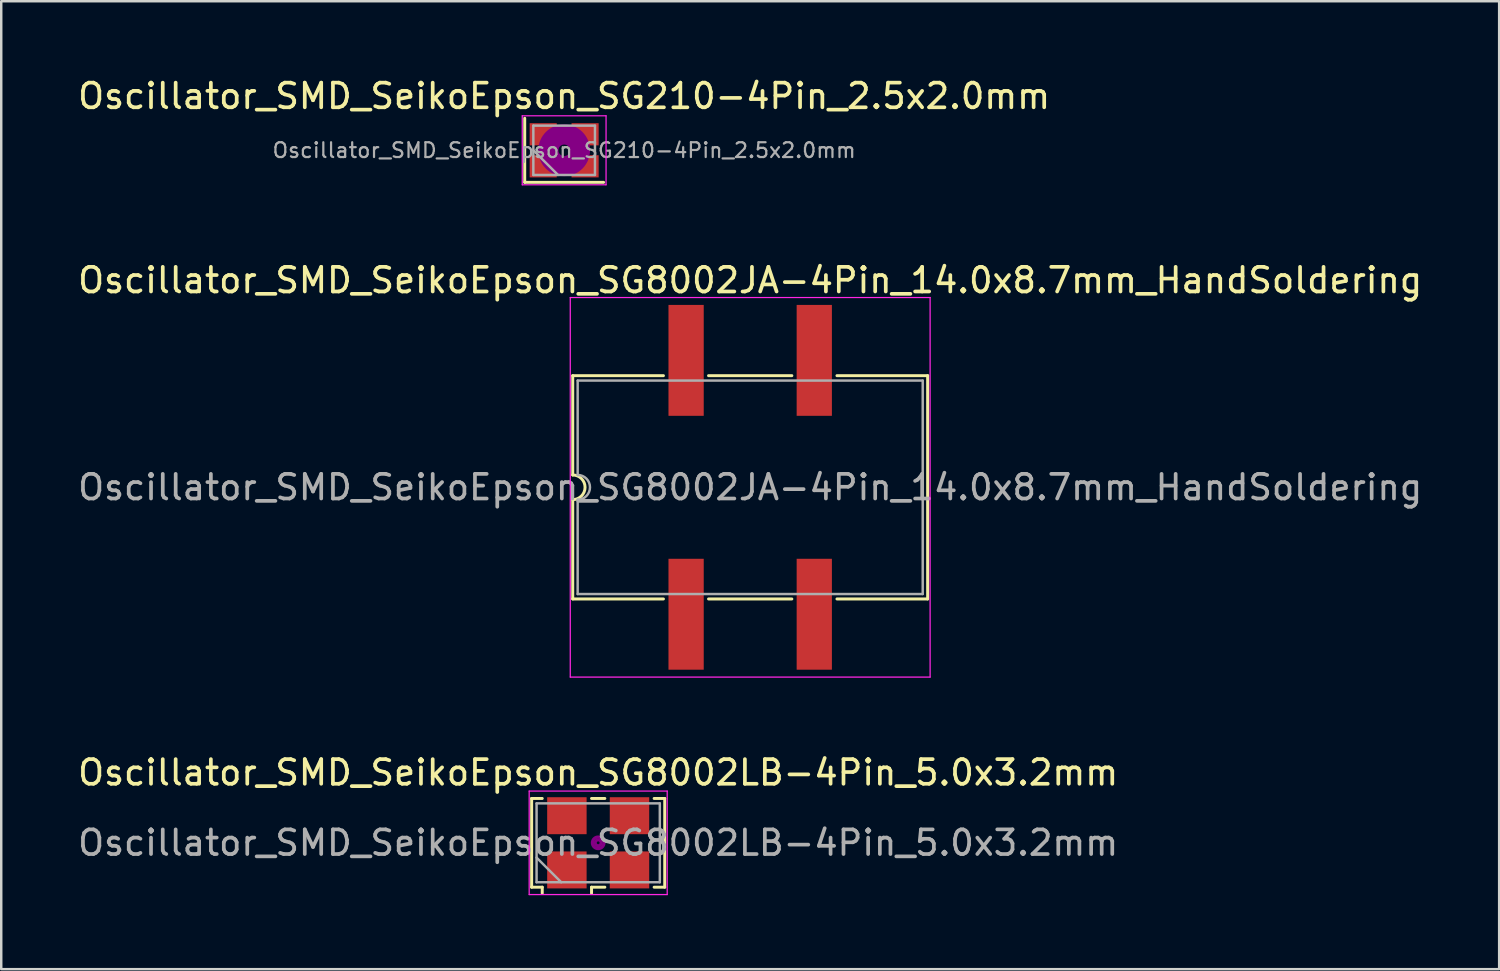
<source format=kicad_pcb>
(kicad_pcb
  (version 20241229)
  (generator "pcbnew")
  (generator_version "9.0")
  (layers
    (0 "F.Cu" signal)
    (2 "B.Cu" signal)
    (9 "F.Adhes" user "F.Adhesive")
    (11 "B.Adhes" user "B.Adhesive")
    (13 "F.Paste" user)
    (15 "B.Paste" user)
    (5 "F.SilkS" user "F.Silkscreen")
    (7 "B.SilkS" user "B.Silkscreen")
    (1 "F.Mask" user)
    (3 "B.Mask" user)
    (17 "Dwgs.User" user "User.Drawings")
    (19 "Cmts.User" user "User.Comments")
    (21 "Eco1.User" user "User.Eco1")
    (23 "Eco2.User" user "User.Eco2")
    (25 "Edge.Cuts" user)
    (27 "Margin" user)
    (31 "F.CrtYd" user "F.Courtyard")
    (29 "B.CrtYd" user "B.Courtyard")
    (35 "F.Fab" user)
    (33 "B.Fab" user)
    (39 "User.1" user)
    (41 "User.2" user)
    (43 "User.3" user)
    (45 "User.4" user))
  (footprint "Oscillator_SMD_SeikoEpson_SG8002LB-4Pin_5.0x3.2mm"
    (layer "F.Cu")
    (at 21.22 31.145)
    (property "Reference" "Oscillator_SMD_SeikoEpson_SG8002LB-4Pin_5.0x3.2mm" (at 0 -2.85 0) (layer "F.SilkS") (effects (font (size 1 1) (thickness 0.15))))
    (attr smd)
    (fp_line (start -2.7 -1.8) (end -2.27 -1.8) (stroke (width 0.12) (type solid)) (layer "F.SilkS"))
    (fp_line (start -2.7 1.8) (end -2.7 -1.8) (stroke (width 0.12) (type solid)) (layer "F.SilkS"))
    (fp_line (start -2.27 1.8) (end -2.7 1.8) (stroke (width 0.12) (type solid)) (layer "F.SilkS"))
    (fp_line (start -2.27 2.05) (end -2.27 1.8) (stroke (width 0.12) (type solid)) (layer "F.SilkS"))
    (fp_line (start -0.27 -1.8) (end 0.27 -1.8) (stroke (width 0.12) (type solid)) (layer "F.SilkS"))
    (fp_line (start -0.27 1.8) (end -0.27 2.05) (stroke (width 0.12) (type solid)) (layer "F.SilkS"))
    (fp_line (start 0.27 1.8) (end -0.27 1.8) (stroke (width 0.12) (type solid)) (layer "F.SilkS"))
    (fp_line (start 2.27 -1.8) (end 2.7 -1.8) (stroke (width 0.12) (type solid)) (layer "F.SilkS"))
    (fp_line (start 2.7 -1.8) (end 2.7 1.8) (stroke (width 0.12) (type solid)) (layer "F.SilkS"))
    (fp_line (start 2.7 1.8) (end 2.27 1.8) (stroke (width 0.12) (type solid)) (layer "F.SilkS"))
    (fp_circle (center 0 0) (end 0.058 0) (stroke (width 0.117) (type solid)) (fill no) (layer "F.Adhes"))
    (fp_circle (center 0 0) (end 0.133 0) (stroke (width 0.083) (type solid)) (fill no) (layer "F.Adhes"))
    (fp_circle (center 0 0) (end 0.208 0) (stroke (width 0.083) (type solid)) (fill no) (layer "F.Adhes"))
    (fp_circle (center 0 0) (end 0.25 0) (stroke (width 0.1) (type solid)) (fill no) (layer "F.Adhes"))
    (fp_line (start -2.8 -2.1) (end -2.8 2.1) (stroke (width 0.05) (type solid)) (layer "F.CrtYd"))
    (fp_line (start -2.8 2.1) (end 2.8 2.1) (stroke (width 0.05) (type solid)) (layer "F.CrtYd"))
    (fp_line (start 2.8 -2.1) (end -2.8 -2.1) (stroke (width 0.05) (type solid)) (layer "F.CrtYd"))
    (fp_line (start 2.8 2.1) (end 2.8 -2.1) (stroke (width 0.05) (type solid)) (layer "F.CrtYd"))
    (fp_line (start -2.5 -1.6) (end -2.5 1.6) (stroke (width 0.1) (type solid)) (layer "F.Fab"))
    (fp_line (start -2.5 0.6) (end -1.5 1.6) (stroke (width 0.1) (type solid)) (layer "F.Fab"))
    (fp_line (start -2.5 1.6) (end 2.5 1.6) (stroke (width 0.1) (type solid)) (layer "F.Fab"))
    (fp_line (start 2.5 -1.6) (end -2.5 -1.6) (stroke (width 0.1) (type solid)) (layer "F.Fab"))
    (fp_line (start 2.5 1.6) (end 2.5 -1.6) (stroke (width 0.1) (type solid)) (layer "F.Fab"))
    (fp_text user "${REFERENCE}" (at 0 0 0) (layer "F.Fab") (effects (font (size 1 1) (thickness 0.15))))
    (pad "1" smd rect (at -1.27 1.1) (size 1.6 1.5) (layers "F.Cu" "F.Mask" "F.Paste"))
    (pad "2" smd rect (at 1.27 1.1) (size 1.6 1.5) (layers "F.Cu" "F.Mask" "F.Paste"))
    (pad "3" smd rect (at 1.27 -1.1) (size 1.6 1.5) (layers "F.Cu" "F.Mask" "F.Paste"))
    (pad "4" smd rect (at -1.27 -1.1) (size 1.6 1.5) (layers "F.Cu" "F.Mask" "F.Paste")))
  (footprint "Oscillator_SMD_SeikoEpson_SG210-4Pin_2.5x2.0mm"
    (layer "F.Cu")
    (at 19.839 3.048)
    (property "Reference" "Oscillator_SMD_SeikoEpson_SG210-4Pin_2.5x2.0mm" (at 0 -2.2 0) (layer "F.SilkS") (effects (font (size 1 1) (thickness 0.15))))
    (attr smd)
    (fp_line (start -1.6 -1.3) (end -1.6 1.3) (stroke (width 0.12) (type solid)) (layer "F.SilkS"))
    (fp_line (start -1.6 1.3) (end 1.6 1.3) (stroke (width 0.12) (type solid)) (layer "F.SilkS"))
    (fp_circle (center 0 0) (end 0.233 0) (stroke (width 0.467) (type solid)) (fill no) (layer "F.Adhes"))
    (fp_circle (center 0 0) (end 0.533 0) (stroke (width 0.333) (type solid)) (fill no) (layer "F.Adhes"))
    (fp_circle (center 0 0) (end 0.833 0) (stroke (width 0.333) (type solid)) (fill no) (layer "F.Adhes"))
    (fp_circle (center 0 0) (end 1 0) (stroke (width 0.1) (type solid)) (fill no) (layer "F.Adhes"))
    (fp_line (start -1.7 -1.4) (end -1.7 1.4) (stroke (width 0.05) (type solid)) (layer "F.CrtYd"))
    (fp_line (start -1.7 1.4) (end 1.7 1.4) (stroke (width 0.05) (type solid)) (layer "F.CrtYd"))
    (fp_line (start 1.7 -1.4) (end -1.7 -1.4) (stroke (width 0.05) (type solid)) (layer "F.CrtYd"))
    (fp_line (start 1.7 1.4) (end 1.7 -1.4) (stroke (width 0.05) (type solid)) (layer "F.CrtYd"))
    (fp_line (start -1.25 -1) (end -1.25 1) (stroke (width 0.1) (type solid)) (layer "F.Fab"))
    (fp_line (start -1.25 0) (end -0.25 1) (stroke (width 0.1) (type solid)) (layer "F.Fab"))
    (fp_line (start -1.25 1) (end 1.25 1) (stroke (width 0.1) (type solid)) (layer "F.Fab"))
    (fp_line (start 1.25 -1) (end -1.25 -1) (stroke (width 0.1) (type solid)) (layer "F.Fab"))
    (fp_line (start 1.25 1) (end 1.25 -1) (stroke (width 0.1) (type solid)) (layer "F.Fab"))
    (fp_text user "${REFERENCE}" (at 0 0 0) (layer "F.Fab") (effects (font (size 0.6 0.6) (thickness 0.09))))
    (pad "1" smd rect (at -0.85 0.65) (size 1.1 0.9) (layers "F.Cu" "F.Mask" "F.Paste"))
    (pad "2" smd rect (at 0.85 0.65) (size 1.1 0.9) (layers "F.Cu" "F.Mask" "F.Paste"))
    (pad "3" smd rect (at 0.85 -0.65) (size 1.1 0.9) (layers "F.Cu" "F.Mask" "F.Paste"))
    (pad "4" smd rect (at -0.85 -0.65) (size 1.1 0.9) (layers "F.Cu" "F.Mask" "F.Paste")))
  (footprint "Oscillator_SMD_SeikoEpson_SG8002JA-4Pin_14.0x8.7mm_HandSoldering"
    (layer "F.Cu")
    (at 27.387 16.721)
    (property "Reference" "Oscillator_SMD_SeikoEpson_SG8002JA-4Pin_14.0x8.7mm_HandSoldering" (at 0 -8.4 0) (layer "F.SilkS") (effects (font (size 1 1) (thickness 0.15))))
    (attr smd)
    (fp_line (start -7.2 -4.53) (end -3.52 -4.53) (stroke (width 0.12) (type solid)) (layer "F.SilkS"))
    (fp_line (start -7.2 -0.5) (end -7.2 -4.53) (stroke (width 0.12) (type solid)) (layer "F.SilkS"))
    (fp_line (start -7.2 4.53) (end -7.2 0.5) (stroke (width 0.12) (type solid)) (layer "F.SilkS"))
    (fp_line (start -7.2 4.53) (end -3.52 4.53) (stroke (width 0.12) (type solid)) (layer "F.SilkS"))
    (fp_line (start -1.69 -4.53) (end 1.69 -4.53) (stroke (width 0.12) (type solid)) (layer "F.SilkS"))
    (fp_line (start 1.69 4.53) (end -1.69 4.53) (stroke (width 0.12) (type solid)) (layer "F.SilkS"))
    (fp_line (start 3.52 -4.53) (end 7.2 -4.53) (stroke (width 0.12) (type solid)) (layer "F.SilkS"))
    (fp_line (start 7.2 -4.53) (end 7.2 4.53) (stroke (width 0.12) (type solid)) (layer "F.SilkS"))
    (fp_line (start 7.2 4.53) (end 3.52 4.53) (stroke (width 0.12) (type solid)) (layer "F.SilkS"))
    (fp_arc (start -7.2 -0.5) (mid -6.7 0) (end -7.2 0.5) (stroke (width 0.12) (type solid)) (layer "F.SilkS"))
    (fp_line (start -7.3 -7.7) (end -7.3 7.7) (stroke (width 0.05) (type solid)) (layer "F.CrtYd"))
    (fp_line (start -7.3 7.7) (end 7.3 7.7) (stroke (width 0.05) (type solid)) (layer "F.CrtYd"))
    (fp_line (start 7.3 -7.7) (end -7.3 -7.7) (stroke (width 0.05) (type solid)) (layer "F.CrtYd"))
    (fp_line (start 7.3 7.7) (end 7.3 -7.7) (stroke (width 0.05) (type solid)) (layer "F.CrtYd"))
    (fp_line (start -7 -4.33) (end 7 -4.33) (stroke (width 0.1) (type solid)) (layer "F.Fab"))
    (fp_line (start -7 -0.5) (end -7 -4.33) (stroke (width 0.1) (type solid)) (layer "F.Fab"))
    (fp_line (start -7 4.33) (end -7 0.5) (stroke (width 0.1) (type solid)) (layer "F.Fab"))
    (fp_line (start 7 -4.33) (end 7 4.33) (stroke (width 0.1) (type solid)) (layer "F.Fab"))
    (fp_line (start 7 4.33) (end -7 4.33) (stroke (width 0.1) (type solid)) (layer "F.Fab"))
    (fp_arc (start -7 -0.5) (mid -6.5 0) (end -7 0.5) (stroke (width 0.1) (type solid)) (layer "F.Fab"))
    (fp_text user "${REFERENCE}" (at 0 0 0) (layer "F.Fab") (effects (font (size 1 1) (thickness 0.15))))
    (pad "1" smd rect (at -2.6 5.15) (size 1.43 4.5) (layers "F.Cu" "F.Mask" "F.Paste"))
    (pad "2" smd rect (at 2.6 5.15) (size 1.43 4.5) (layers "F.Cu" "F.Mask" "F.Paste"))
    (pad "3" smd rect (at 2.6 -5.15) (size 1.43 4.5) (layers "F.Cu" "F.Mask" "F.Paste"))
    (pad "4" smd rect (at -2.6 -5.15) (size 1.43 4.5) (layers "F.Cu" "F.Mask" "F.Paste")))
  (gr_rect
    (start -3 -3)
    (end 57.774 36.27)
    (stroke (width 0.1) (type default))
    (fill no)
    (layer "Edge.Cuts")))
</source>
